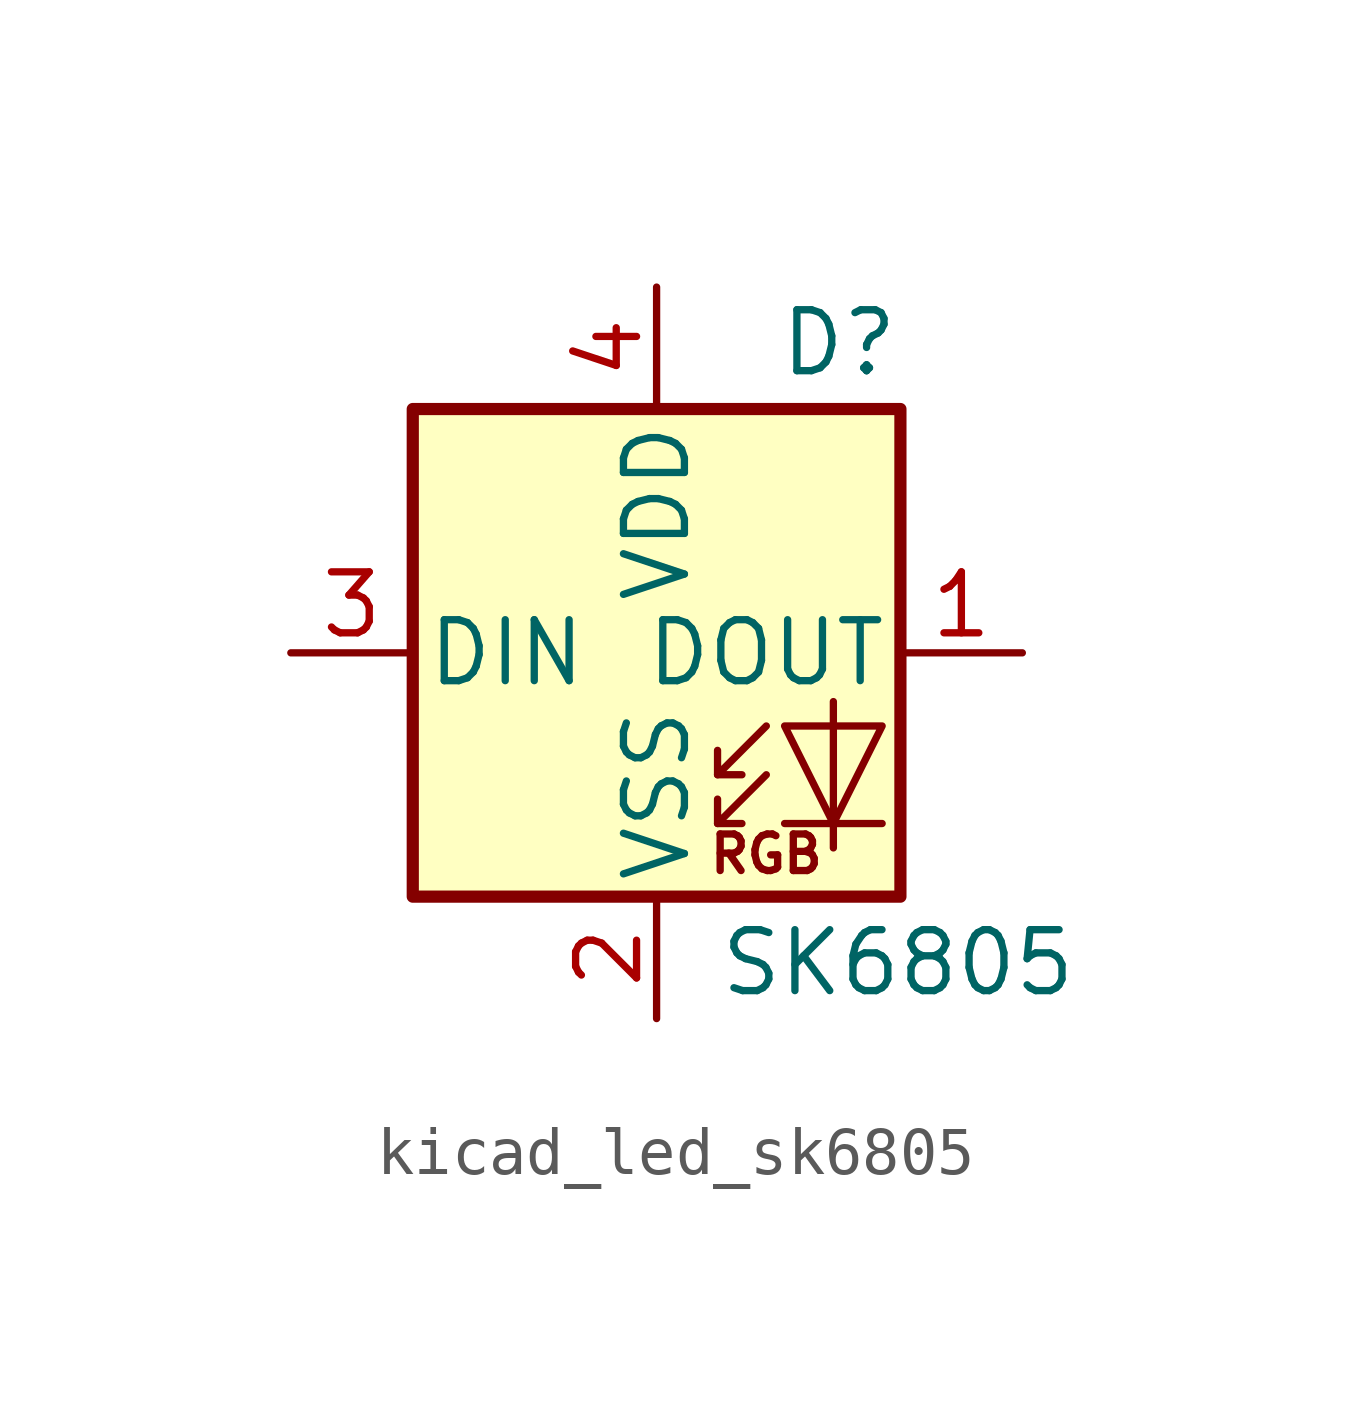
<source format=kicad_sym>
(kicad_symbol_lib
  (version 20220914)
  (generator kicad_symbol_editor)
  (symbol "kicad_led_sk6805"
    (pin_names
      (offset 0.254))
    (property "Reference" "D"
      (at 5.08 5.715 0)
      (effects (font (size 1.27 1.27)) (justify right bottom)))
    (property "Value" "SK6805"
      (at 1.27 -5.715 0)
      (effects (font (size 1.27 1.27)) (justify left top)))
    (symbol "kicad_led_sk6805_0_0"
      (text "RGB" (at 2.286 -4.191 0) (effects (font (size 0.762 0.762)))))
    (symbol "kicad_led_sk6805_0_1"
      (polyline (pts (xy 1.27 -3.556) (xy 1.778 -3.556)) (stroke (width 0) (type default)) (fill (type none)))
      (polyline (pts (xy 1.27 -2.54) (xy 1.778 -2.54)) (stroke (width 0) (type default)) (fill (type none)))
      (polyline (pts (xy 4.699 -3.556) (xy 2.667 -3.556)) (stroke (width 0) (type default)) (fill (type none)))
      (polyline (pts (xy 2.286 -2.54) (xy 1.27 -3.556) (xy 1.27 -3.048)) (stroke (width 0) (type default)) (fill (type none)))
      (polyline (pts (xy 2.286 -1.524) (xy 1.27 -2.54) (xy 1.27 -2.032)) (stroke (width 0) (type default)) (fill (type none)))
      (polyline (pts (xy 3.683 -1.016) (xy 3.683 -3.556) (xy 3.683 -4.064)) (stroke (width 0) (type default)) (fill (type none)))
      (polyline (pts (xy 4.699 -1.524) (xy 2.667 -1.524) (xy 3.683 -3.556) (xy 4.699 -1.524)) (stroke (width 0) (type default)) (fill (type none)))
      (rectangle (start 5.08 5.08) (end -5.08 -5.08) (stroke (width 0.254) (type default)) (fill (type background))))
    (symbol "kicad_led_sk6805_1_1"
      (pin output line (at 7.62 0 180) (length 2.54) (name "DOUT" (effects (font (size 1.27 1.27)))) (number "1" (effects (font (size 1.27 1.27)))))
      (pin power_in line (at 0 -7.62 90) (length 2.54) (name "VSS" (effects (font (size 1.27 1.27)))) (number "2" (effects (font (size 1.27 1.27)))))
      (pin input line (at -7.62 0 0) (length 2.54) (name "DIN" (effects (font (size 1.27 1.27)))) (number "3" (effects (font (size 1.27 1.27)))))
      (pin power_in line (at 0 7.62 270) (length 2.54) (name "VDD" (effects (font (size 1.27 1.27)))) (number "4" (effects (font (size 1.27 1.27))))))))
</source>
